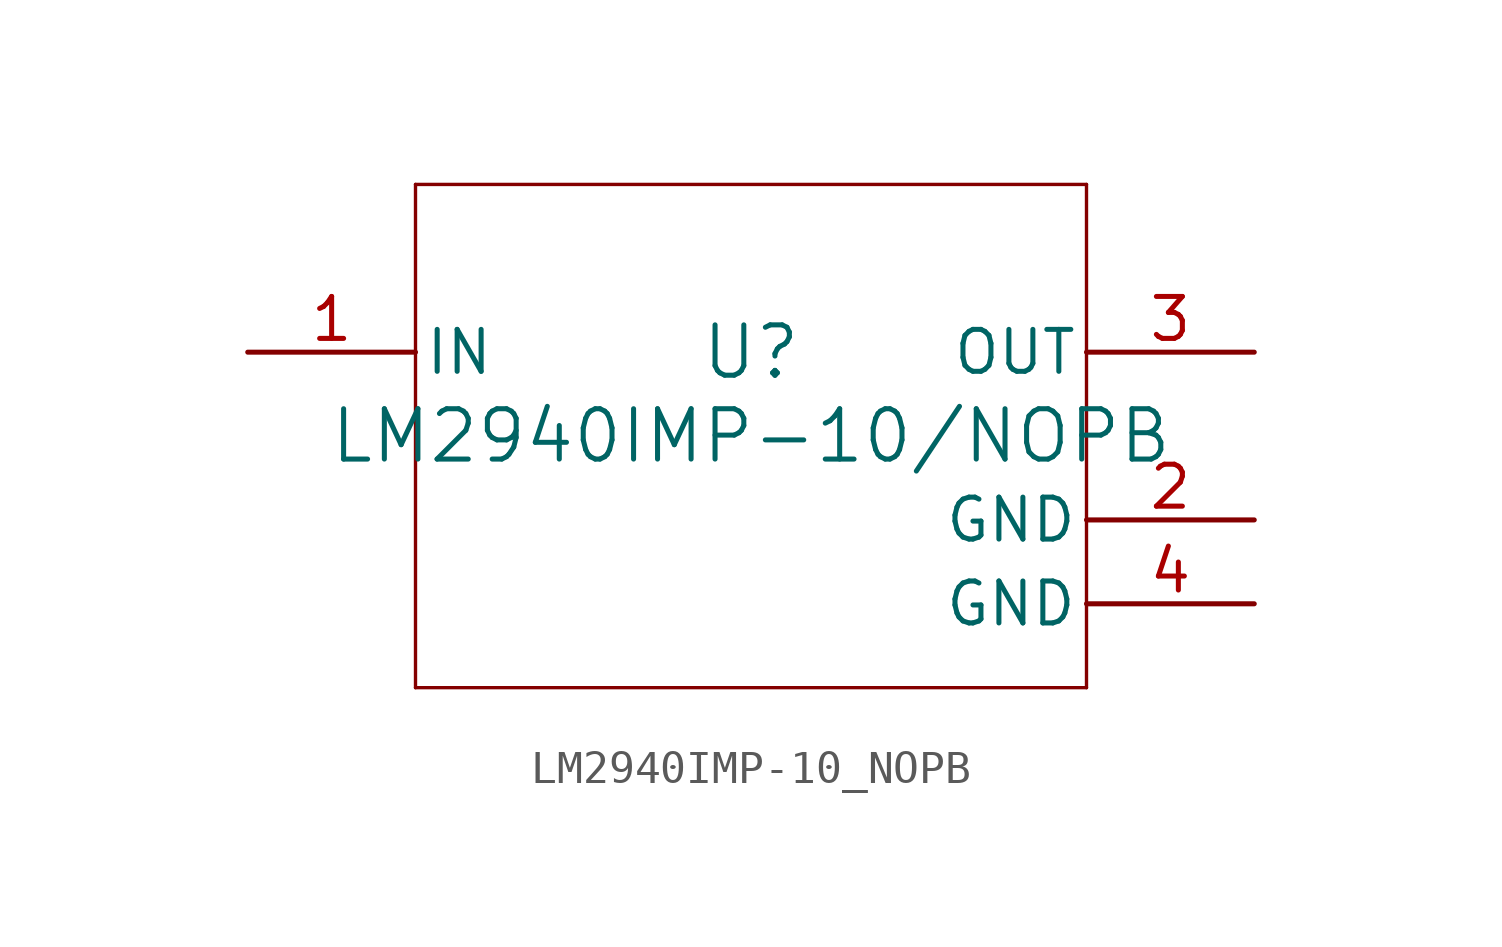
<source format=kicad_sym>
(kicad_symbol_lib
  (version 20211014)
  (generator kicad_symbol_editor)
  (symbol "LM2940IMP-10_NOPB"
    (pin_names
      (offset 0.254))
    (property "Reference" "U"
      (at 0 2.54 0)
      (effects (font (size 1.524 1.524))))
    (property "Value" "LM2940IMP-10/NOPB"
      (at 0 0 0)
      (effects (font (size 1.524 1.524))))
    (symbol "LM2940IMP-10_NOPB_0_1"
      (polyline (pts (xy -10.16 -7.62) (xy 10.16 -7.62)) (stroke (width 0.102) (type default) (color 0 0 0 0)) (fill (type none)))
      (polyline (pts (xy 10.16 -7.62) (xy 10.16 7.62)) (stroke (width 0.102) (type default) (color 0 0 0 0)) (fill (type none)))
      (polyline (pts (xy 10.16 7.62) (xy -10.16 7.62)) (stroke (width 0.102) (type default) (color 0 0 0 0)) (fill (type none)))
      (polyline (pts (xy -10.16 7.62) (xy -10.16 -7.62)) (stroke (width 0.102) (type default) (color 0 0 0 0)) (fill (type none)))
      (pin power_in line (at -15.24 2.54 0) (length 5.08) (name "IN" (effects (font (size 1.27 1.27)))) (number "1" (effects (font (size 1.27 1.27)))))
      (pin power_in line (at 15.24 -2.54 180) (length 5.08) (name "GND" (effects (font (size 1.27 1.27)))) (number "2" (effects (font (size 1.27 1.27)))))
      (pin power_in line (at 15.24 2.54 180) (length 5.08) (name "OUT" (effects (font (size 1.27 1.27)))) (number "3" (effects (font (size 1.27 1.27)))))
      (pin power_in line (at 15.24 -5.08 180) (length 5.08) (name "GND" (effects (font (size 1.27 1.27)))) (number "4" (effects (font (size 1.27 1.27))))))))
</source>
